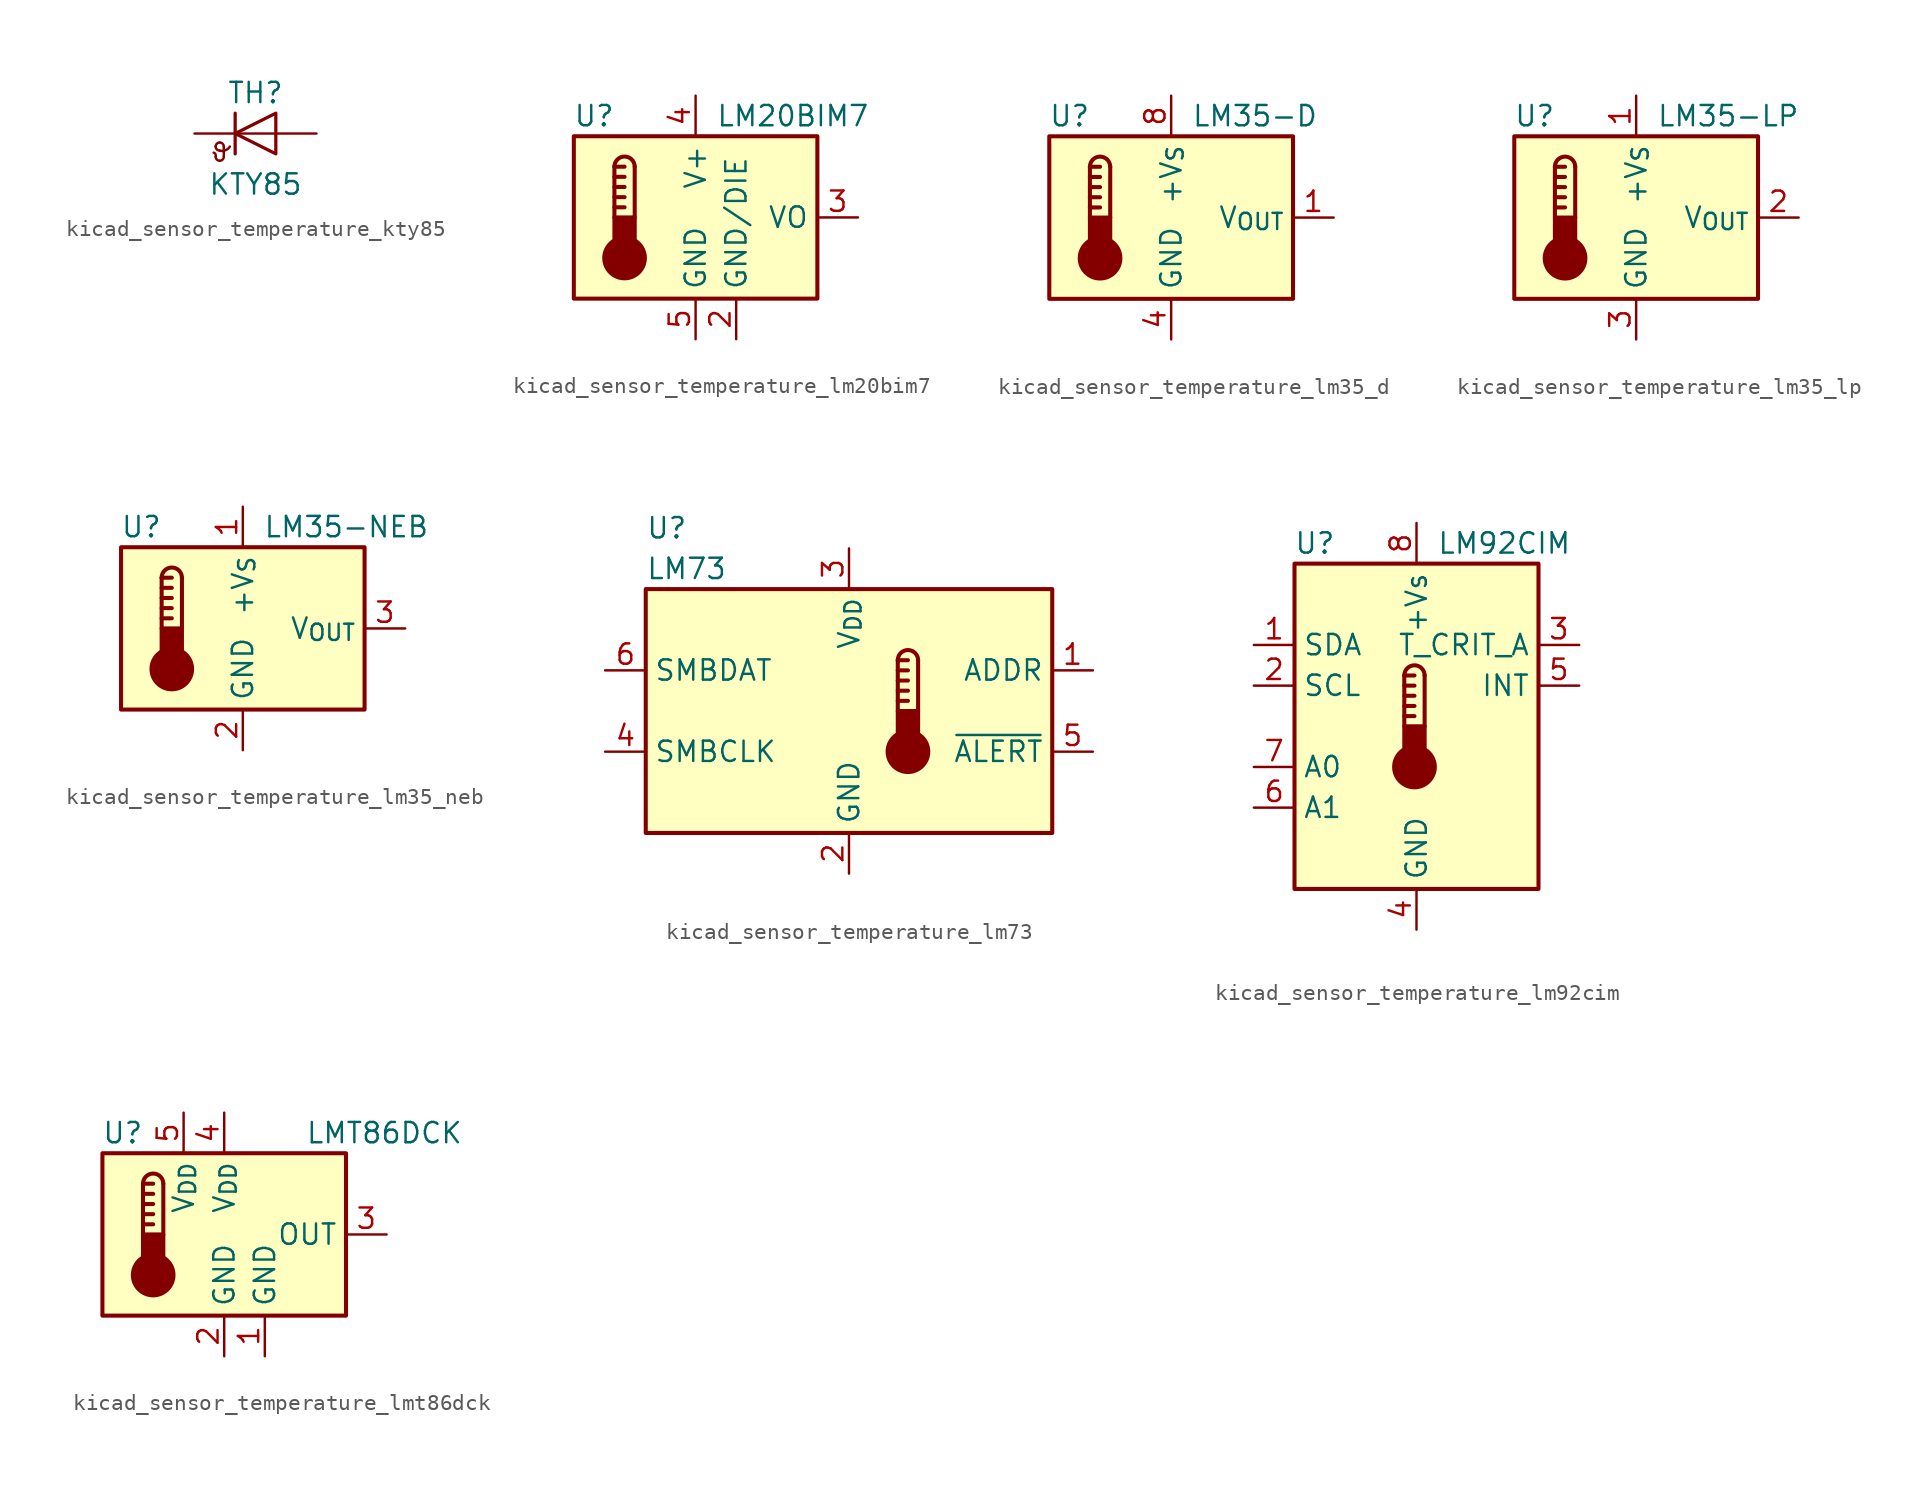
<source format=kicad_sym>
(kicad_symbol_lib
  (version 20220914)
  (generator kicad_symbol_editor)
  (symbol "kicad_sensor_temperature_kty85"
    (pin_numbers hide)
    (pin_names
      (offset 0) hide)
    (property "Reference" "TH"
      (at 0 2.54 0)
      (effects (font (size 1.27 1.27))))
    (property "Value" "KTY85"
      (at 0 -3.175 0)
      (effects (font (size 1.27 1.27))))
    (symbol "kicad_sensor_temperature_kty85_0_1"
      (arc (start -2.4892 -1.4478) (mid -2.4907 -1.2925) (end -2.6162 -1.1938) (stroke (width 0) (type default)) (fill (type none)))
      (arc (start -2.4892 -1.4478) (mid -2.4148 -1.6274) (end -2.2352 -1.7018) (stroke (width 0) (type default)) (fill (type none)))
      (arc (start -2.4892 -0.8128) (mid -2.4148 -0.9924) (end -2.2352 -1.0668) (stroke (width 0) (type default)) (fill (type none)))
      (arc (start -2.2352 -1.7018) (mid -2.0556 -1.6274) (end -1.9812 -1.4478) (stroke (width 0) (type default)) (fill (type none)))
      (arc (start -2.2352 -1.0668) (mid -1.8805 -1.0481) (end -1.6002 -0.8128) (stroke (width 0) (type default)) (fill (type none)))
      (arc (start -2.2352 -0.5588) (mid -2.4148 -0.6332) (end -2.4892 -0.8128) (stroke (width 0) (type default)) (fill (type none)))
      (arc (start -1.9812 -0.8128) (mid -2.0556 -0.6332) (end -2.2352 -0.5588) (stroke (width 0) (type default)) (fill (type none)))
      (polyline (pts (xy -1.981 -1.422) (xy -1.981 -0.813)) (stroke (width 0) (type default)) (fill (type none)))
      (polyline (pts (xy -1.27 1.27) (xy -1.27 -1.27)) (stroke (width 0.203) (type default)) (fill (type none)))
      (polyline (pts (xy 1.27 0) (xy -1.27 0)) (stroke (width 0) (type default)) (fill (type none)))
      (polyline (pts (xy 1.27 -1.27) (xy 1.27 1.27) (xy -1.27 0) (xy 1.27 -1.27)) (stroke (width 0.203) (type default)) (fill (type none))))
    (symbol "kicad_sensor_temperature_kty85_1_1"
      (pin passive line (at -3.81 0 0) (length 2.54) (name "K" (effects (font (size 1.27 1.27)))) (number "1" (effects (font (size 1.27 1.27)))))
      (pin passive line (at 3.81 0 180) (length 2.54) (name "A" (effects (font (size 1.27 1.27)))) (number "2" (effects (font (size 1.27 1.27)))))))
  (symbol "kicad_sensor_temperature_lm20bim7"
    (property "Reference" "U"
      (at -6.35 6.35 0)
      (effects (font (size 1.27 1.27))))
    (property "Value" "LM20BIM7"
      (at 1.27 6.35 0)
      (effects (font (size 1.27 1.27)) (justify left)))
    (symbol "kicad_sensor_temperature_lm20bim7_0_1"
      (rectangle (start -7.62 5.08) (end 7.62 -5.08) (stroke (width 0.254) (type default)) (fill (type background)))
      (circle (center -4.445 -2.54) (radius 1.27) (stroke (width 0.254) (type default)) (fill (type outline)))
      (rectangle (start -3.81 -1.905) (end -5.08 0) (stroke (width 0.254) (type default)) (fill (type outline)))
      (arc (start -3.81 3.175) (mid -4.445 3.8073) (end -5.08 3.175) (stroke (width 0.254) (type default)) (fill (type none)))
      (polyline (pts (xy -5.08 0.635) (xy -4.445 0.635)) (stroke (width 0.254) (type default)) (fill (type none)))
      (polyline (pts (xy -5.08 1.27) (xy -4.445 1.27)) (stroke (width 0.254) (type default)) (fill (type none)))
      (polyline (pts (xy -5.08 1.905) (xy -4.445 1.905)) (stroke (width 0.254) (type default)) (fill (type none)))
      (polyline (pts (xy -5.08 2.54) (xy -4.445 2.54)) (stroke (width 0.254) (type default)) (fill (type none)))
      (polyline (pts (xy -5.08 3.175) (xy -5.08 0)) (stroke (width 0.254) (type default)) (fill (type none)))
      (polyline (pts (xy -5.08 3.175) (xy -4.445 3.175)) (stroke (width 0.254) (type default)) (fill (type none)))
      (polyline (pts (xy -3.81 3.175) (xy -3.81 0)) (stroke (width 0.254) (type default)) (fill (type none))))
    (symbol "kicad_sensor_temperature_lm20bim7_1_1"
      (pin no_connect line (at 5.08 -5.08 90) (length 2.54) hide (name "NC" (effects (font (size 1.27 1.27)))) (number "1" (effects (font (size 1.27 1.27)))))
      (pin passive line (at 2.54 -7.62 90) (length 2.54) (name "GND/DIE" (effects (font (size 1.27 1.27)))) (number "2" (effects (font (size 1.27 1.27)))))
      (pin output line (at 10.16 0 180) (length 2.54) (name "VO" (effects (font (size 1.27 1.27)))) (number "3" (effects (font (size 1.27 1.27)))))
      (pin power_in line (at 0 7.62 270) (length 2.54) (name "V+" (effects (font (size 1.27 1.27)))) (number "4" (effects (font (size 1.27 1.27)))))
      (pin power_in line (at 0 -7.62 90) (length 2.54) (name "GND" (effects (font (size 1.27 1.27)))) (number "5" (effects (font (size 1.27 1.27)))))))
  (symbol "kicad_sensor_temperature_lm35_d"
    (property "Reference" "U"
      (at -6.35 6.35 0)
      (effects (font (size 1.27 1.27))))
    (property "Value" "LM35-D"
      (at 1.27 6.35 0)
      (effects (font (size 1.27 1.27)) (justify left)))
    (symbol "kicad_sensor_temperature_lm35_d_0_1"
      (rectangle (start -7.62 5.08) (end 7.62 -5.08) (stroke (width 0.254) (type default)) (fill (type background)))
      (circle (center -4.445 -2.54) (radius 1.27) (stroke (width 0.254) (type default)) (fill (type outline)))
      (rectangle (start -3.81 -1.905) (end -5.08 0) (stroke (width 0.254) (type default)) (fill (type outline)))
      (arc (start -3.81 3.175) (mid -4.445 3.8073) (end -5.08 3.175) (stroke (width 0.254) (type default)) (fill (type none)))
      (polyline (pts (xy -5.08 0.635) (xy -4.445 0.635)) (stroke (width 0.254) (type default)) (fill (type none)))
      (polyline (pts (xy -5.08 1.27) (xy -4.445 1.27)) (stroke (width 0.254) (type default)) (fill (type none)))
      (polyline (pts (xy -5.08 1.905) (xy -4.445 1.905)) (stroke (width 0.254) (type default)) (fill (type none)))
      (polyline (pts (xy -5.08 2.54) (xy -4.445 2.54)) (stroke (width 0.254) (type default)) (fill (type none)))
      (polyline (pts (xy -5.08 3.175) (xy -5.08 0)) (stroke (width 0.254) (type default)) (fill (type none)))
      (polyline (pts (xy -5.08 3.175) (xy -4.445 3.175)) (stroke (width 0.254) (type default)) (fill (type none)))
      (polyline (pts (xy -3.81 3.175) (xy -3.81 0)) (stroke (width 0.254) (type default)) (fill (type none))))
    (symbol "kicad_sensor_temperature_lm35_d_1_1"
      (pin output line (at 10.16 0 180) (length 2.54) (name "V_{OUT}" (effects (font (size 1.27 1.27)))) (number "1" (effects (font (size 1.27 1.27)))))
      (pin no_connect line (at -2.54 -5.08 90) (length 2.54) hide (name "NC" (effects (font (size 1.27 1.27)))) (number "2" (effects (font (size 1.27 1.27)))))
      (pin no_connect line (at -2.54 5.08 270) (length 2.54) hide (name "NC" (effects (font (size 1.27 1.27)))) (number "3" (effects (font (size 1.27 1.27)))))
      (pin power_in line (at 0 -7.62 90) (length 2.54) (name "GND" (effects (font (size 1.27 1.27)))) (number "4" (effects (font (size 1.27 1.27)))))
      (pin no_connect line (at 2.54 -5.08 90) (length 2.54) hide (name "NC" (effects (font (size 1.27 1.27)))) (number "5" (effects (font (size 1.27 1.27)))))
      (pin no_connect line (at 5.08 -5.08 90) (length 2.54) hide (name "NC" (effects (font (size 1.27 1.27)))) (number "6" (effects (font (size 1.27 1.27)))))
      (pin no_connect line (at 7.62 2.54 180) (length 2.54) hide (name "NC" (effects (font (size 1.27 1.27)))) (number "7" (effects (font (size 1.27 1.27)))))
      (pin power_in line (at 0 7.62 270) (length 2.54) (name "+V_{S}" (effects (font (size 1.27 1.27)))) (number "8" (effects (font (size 1.27 1.27)))))))
  (symbol "kicad_sensor_temperature_lm35_lp"
    (property "Reference" "U"
      (at -6.35 6.35 0)
      (effects (font (size 1.27 1.27))))
    (property "Value" "LM35-LP"
      (at 1.27 6.35 0)
      (effects (font (size 1.27 1.27)) (justify left)))
    (symbol "kicad_sensor_temperature_lm35_lp_0_1"
      (rectangle (start -7.62 5.08) (end 7.62 -5.08) (stroke (width 0.254) (type default)) (fill (type background)))
      (circle (center -4.445 -2.54) (radius 1.27) (stroke (width 0.254) (type default)) (fill (type outline)))
      (rectangle (start -3.81 -1.905) (end -5.08 0) (stroke (width 0.254) (type default)) (fill (type outline)))
      (arc (start -3.81 3.175) (mid -4.445 3.8073) (end -5.08 3.175) (stroke (width 0.254) (type default)) (fill (type none)))
      (polyline (pts (xy -5.08 0.635) (xy -4.445 0.635)) (stroke (width 0.254) (type default)) (fill (type none)))
      (polyline (pts (xy -5.08 1.27) (xy -4.445 1.27)) (stroke (width 0.254) (type default)) (fill (type none)))
      (polyline (pts (xy -5.08 1.905) (xy -4.445 1.905)) (stroke (width 0.254) (type default)) (fill (type none)))
      (polyline (pts (xy -5.08 2.54) (xy -4.445 2.54)) (stroke (width 0.254) (type default)) (fill (type none)))
      (polyline (pts (xy -5.08 3.175) (xy -5.08 0)) (stroke (width 0.254) (type default)) (fill (type none)))
      (polyline (pts (xy -5.08 3.175) (xy -4.445 3.175)) (stroke (width 0.254) (type default)) (fill (type none)))
      (polyline (pts (xy -3.81 3.175) (xy -3.81 0)) (stroke (width 0.254) (type default)) (fill (type none))))
    (symbol "kicad_sensor_temperature_lm35_lp_1_1"
      (pin power_in line (at 0 7.62 270) (length 2.54) (name "+V_{S}" (effects (font (size 1.27 1.27)))) (number "1" (effects (font (size 1.27 1.27)))))
      (pin output line (at 10.16 0 180) (length 2.54) (name "V_{OUT}" (effects (font (size 1.27 1.27)))) (number "2" (effects (font (size 1.27 1.27)))))
      (pin power_in line (at 0 -7.62 90) (length 2.54) (name "GND" (effects (font (size 1.27 1.27)))) (number "3" (effects (font (size 1.27 1.27)))))))
  (symbol "kicad_sensor_temperature_lm35_neb"
    (property "Reference" "U"
      (at -6.35 6.35 0)
      (effects (font (size 1.27 1.27))))
    (property "Value" "LM35-NEB"
      (at 1.27 6.35 0)
      (effects (font (size 1.27 1.27)) (justify left)))
    (symbol "kicad_sensor_temperature_lm35_neb_0_1"
      (rectangle (start -7.62 5.08) (end 7.62 -5.08) (stroke (width 0.254) (type default)) (fill (type background)))
      (circle (center -4.445 -2.54) (radius 1.27) (stroke (width 0.254) (type default)) (fill (type outline)))
      (rectangle (start -3.81 -1.905) (end -5.08 0) (stroke (width 0.254) (type default)) (fill (type outline)))
      (arc (start -3.81 3.175) (mid -4.445 3.8073) (end -5.08 3.175) (stroke (width 0.254) (type default)) (fill (type none)))
      (polyline (pts (xy -5.08 0.635) (xy -4.445 0.635)) (stroke (width 0.254) (type default)) (fill (type none)))
      (polyline (pts (xy -5.08 1.27) (xy -4.445 1.27)) (stroke (width 0.254) (type default)) (fill (type none)))
      (polyline (pts (xy -5.08 1.905) (xy -4.445 1.905)) (stroke (width 0.254) (type default)) (fill (type none)))
      (polyline (pts (xy -5.08 2.54) (xy -4.445 2.54)) (stroke (width 0.254) (type default)) (fill (type none)))
      (polyline (pts (xy -5.08 3.175) (xy -5.08 0)) (stroke (width 0.254) (type default)) (fill (type none)))
      (polyline (pts (xy -5.08 3.175) (xy -4.445 3.175)) (stroke (width 0.254) (type default)) (fill (type none)))
      (polyline (pts (xy -3.81 3.175) (xy -3.81 0)) (stroke (width 0.254) (type default)) (fill (type none))))
    (symbol "kicad_sensor_temperature_lm35_neb_1_1"
      (pin power_in line (at 0 7.62 270) (length 2.54) (name "+V_{S}" (effects (font (size 1.27 1.27)))) (number "1" (effects (font (size 1.27 1.27)))))
      (pin power_in line (at 0 -7.62 90) (length 2.54) (name "GND" (effects (font (size 1.27 1.27)))) (number "2" (effects (font (size 1.27 1.27)))))
      (pin output line (at 10.16 0 180) (length 2.54) (name "V_{OUT}" (effects (font (size 1.27 1.27)))) (number "3" (effects (font (size 1.27 1.27)))))))
  (symbol "kicad_sensor_temperature_lm73"
    (property "Reference" "U"
      (at -12.7 11.43 0)
      (effects (font (size 1.27 1.27)) (justify left)))
    (property "Value" "LM73"
      (at -12.7 8.89 0)
      (effects (font (size 1.27 1.27)) (justify left)))
    (symbol "kicad_sensor_temperature_lm73_0_1"
      (rectangle (start -12.7 7.62) (end 12.7 -7.62) (stroke (width 0.254) (type default)) (fill (type background)))
      (polyline (pts (xy 3.048 0.635) (xy 3.683 0.635)) (stroke (width 0.254) (type default)) (fill (type none)))
      (polyline (pts (xy 3.048 1.27) (xy 3.683 1.27)) (stroke (width 0.254) (type default)) (fill (type none)))
      (polyline (pts (xy 3.048 1.905) (xy 3.683 1.905)) (stroke (width 0.254) (type default)) (fill (type none)))
      (polyline (pts (xy 3.048 2.54) (xy 3.683 2.54)) (stroke (width 0.254) (type default)) (fill (type none)))
      (polyline (pts (xy 3.048 3.175) (xy 3.048 0)) (stroke (width 0.254) (type default)) (fill (type none)))
      (polyline (pts (xy 3.048 3.175) (xy 3.683 3.175)) (stroke (width 0.254) (type default)) (fill (type none)))
      (polyline (pts (xy 4.318 3.175) (xy 4.318 0)) (stroke (width 0.254) (type default)) (fill (type none)))
      (circle (center 3.683 -2.54) (radius 1.27) (stroke (width 0.254) (type default)) (fill (type outline)))
      (rectangle (start 4.318 -1.905) (end 3.048 0) (stroke (width 0.254) (type default)) (fill (type outline)))
      (arc (start 4.318 3.175) (mid 3.683 3.8073) (end 3.048 3.175) (stroke (width 0.254) (type default)) (fill (type none))))
    (symbol "kicad_sensor_temperature_lm73_1_1"
      (pin input line (at 15.24 2.54 180) (length 2.54) (name "ADDR" (effects (font (size 1.27 1.27)))) (number "1" (effects (font (size 1.27 1.27)))))
      (pin power_in line (at 0 -10.16 90) (length 2.54) (name "GND" (effects (font (size 1.27 1.27)))) (number "2" (effects (font (size 1.27 1.27)))))
      (pin power_in line (at 0 10.16 270) (length 2.54) (name "V_{DD}" (effects (font (size 1.27 1.27)))) (number "3" (effects (font (size 1.27 1.27)))))
      (pin input line (at -15.24 -2.54 0) (length 2.54) (name "SMBCLK" (effects (font (size 1.27 1.27)))) (number "4" (effects (font (size 1.27 1.27)))))
      (pin output line (at 15.24 -2.54 180) (length 2.54) (name "~{ALERT}" (effects (font (size 1.27 1.27)))) (number "5" (effects (font (size 1.27 1.27)))))
      (pin bidirectional line (at -15.24 2.54 0) (length 2.54) (name "SMBDAT" (effects (font (size 1.27 1.27)))) (number "6" (effects (font (size 1.27 1.27)))))))
  (symbol "kicad_sensor_temperature_lm92cim"
    (property "Reference" "U"
      (at -6.35 11.43 0)
      (effects (font (size 1.27 1.27))))
    (property "Value" "LM92CIM"
      (at 1.27 11.43 0)
      (effects (font (size 1.27 1.27)) (justify left)))
    (symbol "kicad_sensor_temperature_lm92cim_0_1"
      (rectangle (start -7.62 10.16) (end 7.62 -10.16) (stroke (width 0.254) (type default)) (fill (type background)))
      (circle (center -0.127 -2.54) (radius 1.27) (stroke (width 0.254) (type default)) (fill (type outline)))
      (polyline (pts (xy -0.762 0.635) (xy -0.127 0.635)) (stroke (width 0.254) (type default)) (fill (type none)))
      (polyline (pts (xy -0.762 1.27) (xy -0.127 1.27)) (stroke (width 0.254) (type default)) (fill (type none)))
      (polyline (pts (xy -0.762 1.905) (xy -0.127 1.905)) (stroke (width 0.254) (type default)) (fill (type none)))
      (polyline (pts (xy -0.762 2.54) (xy -0.127 2.54)) (stroke (width 0.254) (type default)) (fill (type none)))
      (polyline (pts (xy -0.762 3.175) (xy -0.762 0)) (stroke (width 0.254) (type default)) (fill (type none)))
      (polyline (pts (xy -0.762 3.175) (xy -0.127 3.175)) (stroke (width 0.254) (type default)) (fill (type none)))
      (polyline (pts (xy 0.508 3.175) (xy 0.508 0)) (stroke (width 0.254) (type default)) (fill (type none)))
      (rectangle (start 0.508 -1.905) (end -0.762 0) (stroke (width 0.254) (type default)) (fill (type outline)))
      (arc (start 0.508 3.175) (mid -0.127 3.8073) (end -0.762 3.175) (stroke (width 0.254) (type default)) (fill (type none))))
    (symbol "kicad_sensor_temperature_lm92cim_1_1"
      (pin bidirectional line (at -10.16 5.08 0) (length 2.54) (name "SDA" (effects (font (size 1.27 1.27)))) (number "1" (effects (font (size 1.27 1.27)))))
      (pin input line (at -10.16 2.54 0) (length 2.54) (name "SCL" (effects (font (size 1.27 1.27)))) (number "2" (effects (font (size 1.27 1.27)))))
      (pin open_collector line (at 10.16 5.08 180) (length 2.54) (name "T_CRIT_A" (effects (font (size 1.27 1.27)))) (number "3" (effects (font (size 1.27 1.27)))))
      (pin power_in line (at 0 -12.7 90) (length 2.54) (name "GND" (effects (font (size 1.27 1.27)))) (number "4" (effects (font (size 1.27 1.27)))))
      (pin open_collector line (at 10.16 2.54 180) (length 2.54) (name "INT" (effects (font (size 1.27 1.27)))) (number "5" (effects (font (size 1.27 1.27)))))
      (pin input line (at -10.16 -5.08 0) (length 2.54) (name "A1" (effects (font (size 1.27 1.27)))) (number "6" (effects (font (size 1.27 1.27)))))
      (pin input line (at -10.16 -2.54 0) (length 2.54) (name "A0" (effects (font (size 1.27 1.27)))) (number "7" (effects (font (size 1.27 1.27)))))
      (pin power_in line (at 0 12.7 270) (length 2.54) (name "+Vs" (effects (font (size 1.27 1.27)))) (number "8" (effects (font (size 1.27 1.27)))))))
  (symbol "kicad_sensor_temperature_lmt86dck"
    (property "Reference" "U"
      (at -6.35 6.35 0)
      (effects (font (size 1.27 1.27))))
    (property "Value" "LMT86DCK"
      (at 5.08 6.35 0)
      (effects (font (size 1.27 1.27)) (justify left)))
    (symbol "kicad_sensor_temperature_lmt86dck_0_1"
      (rectangle (start -7.62 5.08) (end 7.62 -5.08) (stroke (width 0.254) (type default)) (fill (type background)))
      (circle (center -4.445 -2.54) (radius 1.27) (stroke (width 0.254) (type default)) (fill (type outline)))
      (rectangle (start -3.81 -1.905) (end -5.08 0) (stroke (width 0.254) (type default)) (fill (type outline)))
      (arc (start -3.81 3.175) (mid -4.445 3.8073) (end -5.08 3.175) (stroke (width 0.254) (type default)) (fill (type none)))
      (polyline (pts (xy -5.08 0.635) (xy -4.445 0.635)) (stroke (width 0.254) (type default)) (fill (type none)))
      (polyline (pts (xy -5.08 1.27) (xy -4.445 1.27)) (stroke (width 0.254) (type default)) (fill (type none)))
      (polyline (pts (xy -5.08 1.905) (xy -4.445 1.905)) (stroke (width 0.254) (type default)) (fill (type none)))
      (polyline (pts (xy -5.08 2.54) (xy -4.445 2.54)) (stroke (width 0.254) (type default)) (fill (type none)))
      (polyline (pts (xy -5.08 3.175) (xy -5.08 0)) (stroke (width 0.254) (type default)) (fill (type none)))
      (polyline (pts (xy -5.08 3.175) (xy -4.445 3.175)) (stroke (width 0.254) (type default)) (fill (type none)))
      (polyline (pts (xy -3.81 3.175) (xy -3.81 0)) (stroke (width 0.254) (type default)) (fill (type none))))
    (symbol "kicad_sensor_temperature_lmt86dck_1_1"
      (pin power_in line (at 2.54 -7.62 90) (length 2.54) (name "GND" (effects (font (size 1.27 1.27)))) (number "1" (effects (font (size 1.27 1.27)))))
      (pin power_in line (at 0 -7.62 90) (length 2.54) (name "GND" (effects (font (size 1.27 1.27)))) (number "2" (effects (font (size 1.27 1.27)))))
      (pin output line (at 10.16 0 180) (length 2.54) (name "OUT" (effects (font (size 1.27 1.27)))) (number "3" (effects (font (size 1.27 1.27)))))
      (pin power_in line (at 0 7.62 270) (length 2.54) (name "V_{DD}" (effects (font (size 1.27 1.27)))) (number "4" (effects (font (size 1.27 1.27)))))
      (pin power_in line (at -2.54 7.62 270) (length 2.54) (name "V_{DD}" (effects (font (size 1.27 1.27)))) (number "5" (effects (font (size 1.27 1.27))))))))
</source>
